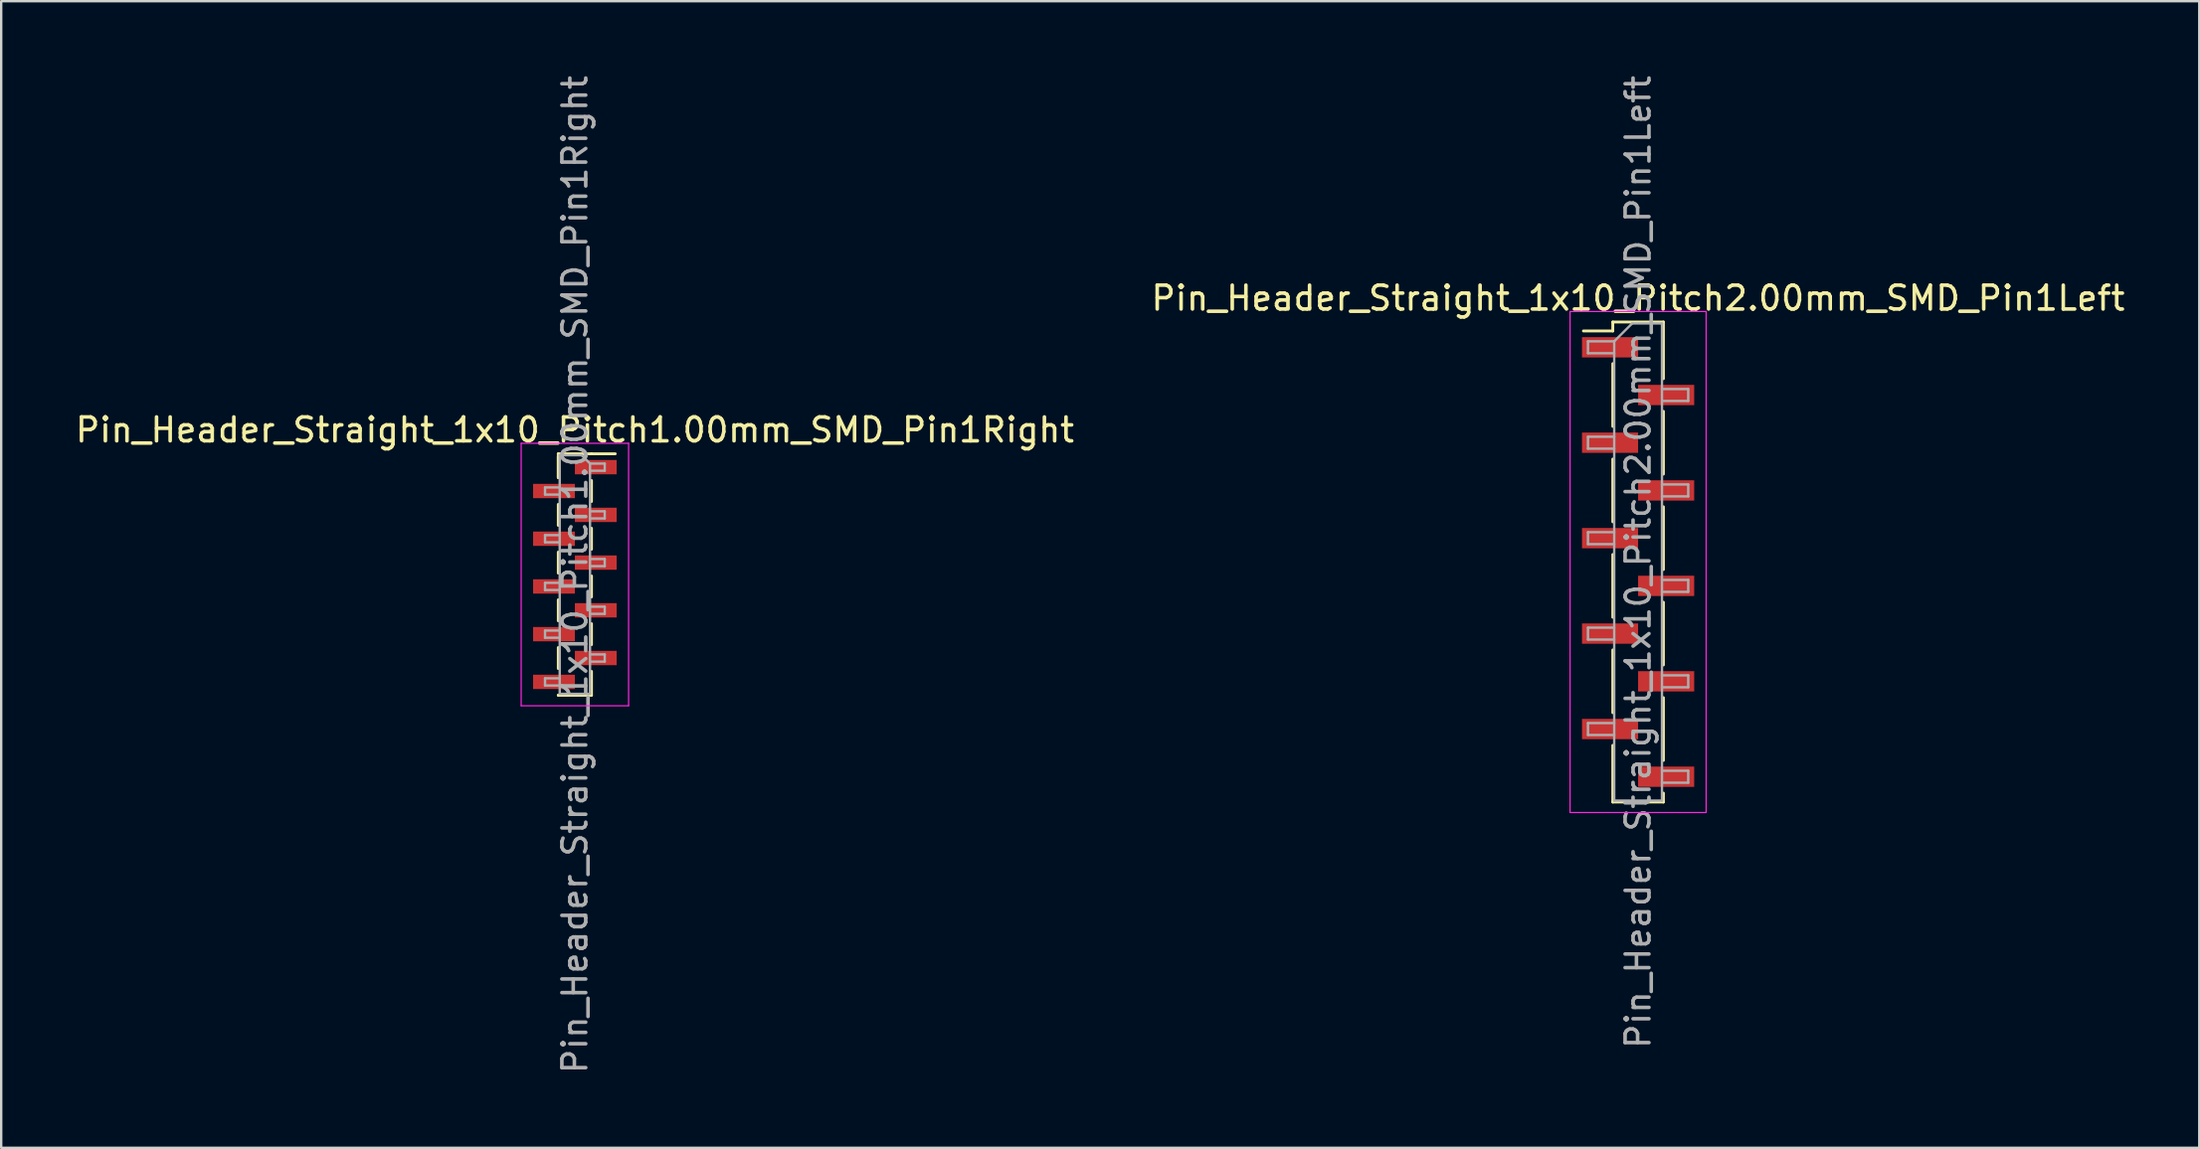
<source format=kicad_pcb>
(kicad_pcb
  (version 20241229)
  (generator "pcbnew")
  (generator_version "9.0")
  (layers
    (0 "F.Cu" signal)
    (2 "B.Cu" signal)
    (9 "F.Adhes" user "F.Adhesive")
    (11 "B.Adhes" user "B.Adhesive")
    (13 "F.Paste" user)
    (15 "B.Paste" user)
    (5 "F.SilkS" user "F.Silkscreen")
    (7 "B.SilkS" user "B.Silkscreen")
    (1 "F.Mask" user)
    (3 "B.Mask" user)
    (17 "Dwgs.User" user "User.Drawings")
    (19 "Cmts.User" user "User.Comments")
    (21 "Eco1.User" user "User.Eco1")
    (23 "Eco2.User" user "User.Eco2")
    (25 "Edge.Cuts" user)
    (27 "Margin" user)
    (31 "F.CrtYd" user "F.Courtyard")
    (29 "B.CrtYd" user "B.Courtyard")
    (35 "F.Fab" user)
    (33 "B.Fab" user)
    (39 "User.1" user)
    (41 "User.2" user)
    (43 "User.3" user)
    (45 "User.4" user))
  (footprint "Pin_Header_Straight_1x10_Pitch2.00mm_SMD_Pin1Left"
    (layer "F.Cu")
    (at 65.565 20.506)
    (property "Reference" "Pin_Header_Straight_1x10_Pitch2.00mm_SMD_Pin1Left" (at 0 -11.06 0) (layer "F.SilkS") (effects (font (size 1 1) (thickness 0.15))))
    (attr smd)
    (fp_line (start -1.06 -10.06) (end -1.06 -9.685) (stroke (width 0.12) (type solid)) (layer "F.SilkS"))
    (fp_line (start -1.06 -10.06) (end 1.06 -10.06) (stroke (width 0.12) (type solid)) (layer "F.SilkS"))
    (fp_line (start -1.06 -9.685) (end -2.29 -9.685) (stroke (width 0.12) (type solid)) (layer "F.SilkS"))
    (fp_line (start -1.06 -8.315) (end -1.06 -5.685) (stroke (width 0.12) (type solid)) (layer "F.SilkS"))
    (fp_line (start -1.06 -4.315) (end -1.06 -1.685) (stroke (width 0.12) (type solid)) (layer "F.SilkS"))
    (fp_line (start -1.06 -0.315) (end -1.06 2.315) (stroke (width 0.12) (type solid)) (layer "F.SilkS"))
    (fp_line (start -1.06 3.685) (end -1.06 6.315) (stroke (width 0.12) (type solid)) (layer "F.SilkS"))
    (fp_line (start -1.06 7.685) (end -1.06 10.06) (stroke (width 0.12) (type solid)) (layer "F.SilkS"))
    (fp_line (start -1.06 10.06) (end 1.06 10.06) (stroke (width 0.12) (type solid)) (layer "F.SilkS"))
    (fp_line (start 1.06 -10.06) (end 1.06 -7.685) (stroke (width 0.12) (type solid)) (layer "F.SilkS"))
    (fp_line (start 1.06 -6.315) (end 1.06 -3.685) (stroke (width 0.12) (type solid)) (layer "F.SilkS"))
    (fp_line (start 1.06 -2.315) (end 1.06 0.315) (stroke (width 0.12) (type solid)) (layer "F.SilkS"))
    (fp_line (start 1.06 1.685) (end 1.06 4.315) (stroke (width 0.12) (type solid)) (layer "F.SilkS"))
    (fp_line (start 1.06 5.685) (end 1.06 8.315) (stroke (width 0.12) (type solid)) (layer "F.SilkS"))
    (fp_line (start 1.06 9.685) (end 1.06 10.06) (stroke (width 0.12) (type solid)) (layer "F.SilkS"))
    (fp_line (start -2.85 -10.5) (end -2.85 10.5) (stroke (width 0.05) (type solid)) (layer "F.CrtYd"))
    (fp_line (start -2.85 10.5) (end 2.85 10.5) (stroke (width 0.05) (type solid)) (layer "F.CrtYd"))
    (fp_line (start 2.85 -10.5) (end -2.85 -10.5) (stroke (width 0.05) (type solid)) (layer "F.CrtYd"))
    (fp_line (start 2.85 10.5) (end 2.85 -10.5) (stroke (width 0.05) (type solid)) (layer "F.CrtYd"))
    (fp_line (start -2.1 -9.25) (end -2.1 -8.75) (stroke (width 0.1) (type solid)) (layer "F.Fab"))
    (fp_line (start -2.1 -8.75) (end -1 -8.75) (stroke (width 0.1) (type solid)) (layer "F.Fab"))
    (fp_line (start -2.1 -5.25) (end -2.1 -4.75) (stroke (width 0.1) (type solid)) (layer "F.Fab"))
    (fp_line (start -2.1 -4.75) (end -1 -4.75) (stroke (width 0.1) (type solid)) (layer "F.Fab"))
    (fp_line (start -2.1 -1.25) (end -2.1 -0.75) (stroke (width 0.1) (type solid)) (layer "F.Fab"))
    (fp_line (start -2.1 -0.75) (end -1 -0.75) (stroke (width 0.1) (type solid)) (layer "F.Fab"))
    (fp_line (start -2.1 2.75) (end -2.1 3.25) (stroke (width 0.1) (type solid)) (layer "F.Fab"))
    (fp_line (start -2.1 3.25) (end -1 3.25) (stroke (width 0.1) (type solid)) (layer "F.Fab"))
    (fp_line (start -2.1 6.75) (end -2.1 7.25) (stroke (width 0.1) (type solid)) (layer "F.Fab"))
    (fp_line (start -2.1 7.25) (end -1 7.25) (stroke (width 0.1) (type solid)) (layer "F.Fab"))
    (fp_line (start -1 -9.25) (end -2.1 -9.25) (stroke (width 0.1) (type solid)) (layer "F.Fab"))
    (fp_line (start -1 -9.25) (end -0.25 -10) (stroke (width 0.1) (type solid)) (layer "F.Fab"))
    (fp_line (start -1 -5.25) (end -2.1 -5.25) (stroke (width 0.1) (type solid)) (layer "F.Fab"))
    (fp_line (start -1 -1.25) (end -2.1 -1.25) (stroke (width 0.1) (type solid)) (layer "F.Fab"))
    (fp_line (start -1 2.75) (end -2.1 2.75) (stroke (width 0.1) (type solid)) (layer "F.Fab"))
    (fp_line (start -1 6.75) (end -2.1 6.75) (stroke (width 0.1) (type solid)) (layer "F.Fab"))
    (fp_line (start -1 10) (end -1 -9.25) (stroke (width 0.1) (type solid)) (layer "F.Fab"))
    (fp_line (start -0.25 -10) (end 1 -10) (stroke (width 0.1) (type solid)) (layer "F.Fab"))
    (fp_line (start 1 -10) (end 1 10) (stroke (width 0.1) (type solid)) (layer "F.Fab"))
    (fp_line (start 1 -7.25) (end 2.1 -7.25) (stroke (width 0.1) (type solid)) (layer "F.Fab"))
    (fp_line (start 1 -3.25) (end 2.1 -3.25) (stroke (width 0.1) (type solid)) (layer "F.Fab"))
    (fp_line (start 1 0.75) (end 2.1 0.75) (stroke (width 0.1) (type solid)) (layer "F.Fab"))
    (fp_line (start 1 4.75) (end 2.1 4.75) (stroke (width 0.1) (type solid)) (layer "F.Fab"))
    (fp_line (start 1 8.75) (end 2.1 8.75) (stroke (width 0.1) (type solid)) (layer "F.Fab"))
    (fp_line (start 1 10) (end -1 10) (stroke (width 0.1) (type solid)) (layer "F.Fab"))
    (fp_line (start 2.1 -7.25) (end 2.1 -6.75) (stroke (width 0.1) (type solid)) (layer "F.Fab"))
    (fp_line (start 2.1 -6.75) (end 1 -6.75) (stroke (width 0.1) (type solid)) (layer "F.Fab"))
    (fp_line (start 2.1 -3.25) (end 2.1 -2.75) (stroke (width 0.1) (type solid)) (layer "F.Fab"))
    (fp_line (start 2.1 -2.75) (end 1 -2.75) (stroke (width 0.1) (type solid)) (layer "F.Fab"))
    (fp_line (start 2.1 0.75) (end 2.1 1.25) (stroke (width 0.1) (type solid)) (layer "F.Fab"))
    (fp_line (start 2.1 1.25) (end 1 1.25) (stroke (width 0.1) (type solid)) (layer "F.Fab"))
    (fp_line (start 2.1 4.75) (end 2.1 5.25) (stroke (width 0.1) (type solid)) (layer "F.Fab"))
    (fp_line (start 2.1 5.25) (end 1 5.25) (stroke (width 0.1) (type solid)) (layer "F.Fab"))
    (fp_line (start 2.1 8.75) (end 2.1 9.25) (stroke (width 0.1) (type solid)) (layer "F.Fab"))
    (fp_line (start 2.1 9.25) (end 1 9.25) (stroke (width 0.1) (type solid)) (layer "F.Fab"))
    (fp_text user "${REFERENCE}" (at 0 0 90) (layer "F.Fab") (effects (font (size 1 1) (thickness 0.15))))
    (pad "1" smd rect (at -1.175 -9) (size 2.35 0.85) (layers "F.Cu" "F.Mask" "F.Paste"))
    (pad "2" smd rect (at 1.175 -7) (size 2.35 0.85) (layers "F.Cu" "F.Mask" "F.Paste"))
    (pad "3" smd rect (at -1.175 -5) (size 2.35 0.85) (layers "F.Cu" "F.Mask" "F.Paste"))
    (pad "4" smd rect (at 1.175 -3) (size 2.35 0.85) (layers "F.Cu" "F.Mask" "F.Paste"))
    (pad "5" smd rect (at -1.175 -1) (size 2.35 0.85) (layers "F.Cu" "F.Mask" "F.Paste"))
    (pad "6" smd rect (at 1.175 1) (size 2.35 0.85) (layers "F.Cu" "F.Mask" "F.Paste"))
    (pad "7" smd rect (at -1.175 3) (size 2.35 0.85) (layers "F.Cu" "F.Mask" "F.Paste"))
    (pad "8" smd rect (at 1.175 5) (size 2.35 0.85) (layers "F.Cu" "F.Mask" "F.Paste"))
    (pad "9" smd rect (at -1.175 7) (size 2.35 0.85) (layers "F.Cu" "F.Mask" "F.Paste"))
    (pad "10" smd rect (at 1.175 9) (size 2.35 0.85) (layers "F.Cu" "F.Mask" "F.Paste")))
  (footprint "Pin_Header_Straight_1x10_Pitch1.00mm_SMD_Pin1Right"
    (layer "F.Cu")
    (at 21.03 21.03)
    (property "Reference" "Pin_Header_Straight_1x10_Pitch1.00mm_SMD_Pin1Right" (at 0 -6.06 0) (layer "F.SilkS") (effects (font (size 1 1) (thickness 0.15))))
    (attr smd)
    (fp_line (start -0.695 -5.06) (end -0.695 -4.06) (stroke (width 0.12) (type solid)) (layer "F.SilkS"))
    (fp_line (start -0.695 -5.06) (end 0.695 -5.06) (stroke (width 0.12) (type solid)) (layer "F.SilkS"))
    (fp_line (start -0.695 -4.94) (end -0.695 -4.06) (stroke (width 0.12) (type solid)) (layer "F.SilkS"))
    (fp_line (start -0.695 -2.94) (end -0.695 -2.06) (stroke (width 0.12) (type solid)) (layer "F.SilkS"))
    (fp_line (start -0.695 -0.94) (end -0.695 -0.06) (stroke (width 0.12) (type solid)) (layer "F.SilkS"))
    (fp_line (start -0.695 1.06) (end -0.695 1.94) (stroke (width 0.12) (type solid)) (layer "F.SilkS"))
    (fp_line (start -0.695 3.06) (end -0.695 3.94) (stroke (width 0.12) (type solid)) (layer "F.SilkS"))
    (fp_line (start -0.695 5.06) (end -0.695 5.06) (stroke (width 0.12) (type solid)) (layer "F.SilkS"))
    (fp_line (start -0.695 5.06) (end 0.695 5.06) (stroke (width 0.12) (type solid)) (layer "F.SilkS"))
    (fp_line (start 0.695 -5.06) (end 0.695 -5.06) (stroke (width 0.12) (type solid)) (layer "F.SilkS"))
    (fp_line (start 0.695 -5.06) (end 1.69 -5.06) (stroke (width 0.12) (type solid)) (layer "F.SilkS"))
    (fp_line (start 0.695 -3.94) (end 0.695 -3.06) (stroke (width 0.12) (type solid)) (layer "F.SilkS"))
    (fp_line (start 0.695 -1.94) (end 0.695 -1.06) (stroke (width 0.12) (type solid)) (layer "F.SilkS"))
    (fp_line (start 0.695 0.06) (end 0.695 0.94) (stroke (width 0.12) (type solid)) (layer "F.SilkS"))
    (fp_line (start 0.695 2.06) (end 0.695 2.94) (stroke (width 0.12) (type solid)) (layer "F.SilkS"))
    (fp_line (start 0.695 4.06) (end 0.695 5.06) (stroke (width 0.12) (type solid)) (layer "F.SilkS"))
    (fp_line (start -2.25 -5.5) (end -2.25 5.5) (stroke (width 0.05) (type solid)) (layer "F.CrtYd"))
    (fp_line (start -2.25 5.5) (end 2.25 5.5) (stroke (width 0.05) (type solid)) (layer "F.CrtYd"))
    (fp_line (start 2.25 -5.5) (end -2.25 -5.5) (stroke (width 0.05) (type solid)) (layer "F.CrtYd"))
    (fp_line (start 2.25 5.5) (end 2.25 -5.5) (stroke (width 0.05) (type solid)) (layer "F.CrtYd"))
    (fp_line (start -1.25 -3.65) (end -1.25 -3.35) (stroke (width 0.1) (type solid)) (layer "F.Fab"))
    (fp_line (start -1.25 -3.35) (end -0.635 -3.35) (stroke (width 0.1) (type solid)) (layer "F.Fab"))
    (fp_line (start -1.25 -1.65) (end -1.25 -1.35) (stroke (width 0.1) (type solid)) (layer "F.Fab"))
    (fp_line (start -1.25 -1.35) (end -0.635 -1.35) (stroke (width 0.1) (type solid)) (layer "F.Fab"))
    (fp_line (start -1.25 0.35) (end -1.25 0.65) (stroke (width 0.1) (type solid)) (layer "F.Fab"))
    (fp_line (start -1.25 0.65) (end -0.635 0.65) (stroke (width 0.1) (type solid)) (layer "F.Fab"))
    (fp_line (start -1.25 2.35) (end -1.25 2.65) (stroke (width 0.1) (type solid)) (layer "F.Fab"))
    (fp_line (start -1.25 2.65) (end -0.635 2.65) (stroke (width 0.1) (type solid)) (layer "F.Fab"))
    (fp_line (start -1.25 4.35) (end -1.25 4.65) (stroke (width 0.1) (type solid)) (layer "F.Fab"))
    (fp_line (start -1.25 4.65) (end -0.635 4.65) (stroke (width 0.1) (type solid)) (layer "F.Fab"))
    (fp_line (start -0.635 -5) (end -0.635 5) (stroke (width 0.1) (type solid)) (layer "F.Fab"))
    (fp_line (start -0.635 -5) (end 0.285 -5) (stroke (width 0.1) (type solid)) (layer "F.Fab"))
    (fp_line (start -0.635 -3.65) (end -1.25 -3.65) (stroke (width 0.1) (type solid)) (layer "F.Fab"))
    (fp_line (start -0.635 -1.65) (end -1.25 -1.65) (stroke (width 0.1) (type solid)) (layer "F.Fab"))
    (fp_line (start -0.635 0.35) (end -1.25 0.35) (stroke (width 0.1) (type solid)) (layer "F.Fab"))
    (fp_line (start -0.635 2.35) (end -1.25 2.35) (stroke (width 0.1) (type solid)) (layer "F.Fab"))
    (fp_line (start -0.635 4.35) (end -1.25 4.35) (stroke (width 0.1) (type solid)) (layer "F.Fab"))
    (fp_line (start 0.635 -4.65) (end 0.285 -5) (stroke (width 0.1) (type solid)) (layer "F.Fab"))
    (fp_line (start 0.635 -4.65) (end 1.25 -4.65) (stroke (width 0.1) (type solid)) (layer "F.Fab"))
    (fp_line (start 0.635 -2.65) (end 1.25 -2.65) (stroke (width 0.1) (type solid)) (layer "F.Fab"))
    (fp_line (start 0.635 -0.65) (end 1.25 -0.65) (stroke (width 0.1) (type solid)) (layer "F.Fab"))
    (fp_line (start 0.635 1.35) (end 1.25 1.35) (stroke (width 0.1) (type solid)) (layer "F.Fab"))
    (fp_line (start 0.635 3.35) (end 1.25 3.35) (stroke (width 0.1) (type solid)) (layer "F.Fab"))
    (fp_line (start 0.635 5) (end -0.635 5) (stroke (width 0.1) (type solid)) (layer "F.Fab"))
    (fp_line (start 0.635 5) (end 0.635 -4.65) (stroke (width 0.1) (type solid)) (layer "F.Fab"))
    (fp_line (start 1.25 -4.65) (end 1.25 -4.35) (stroke (width 0.1) (type solid)) (layer "F.Fab"))
    (fp_line (start 1.25 -4.35) (end 0.635 -4.35) (stroke (width 0.1) (type solid)) (layer "F.Fab"))
    (fp_line (start 1.25 -2.65) (end 1.25 -2.35) (stroke (width 0.1) (type solid)) (layer "F.Fab"))
    (fp_line (start 1.25 -2.35) (end 0.635 -2.35) (stroke (width 0.1) (type solid)) (layer "F.Fab"))
    (fp_line (start 1.25 -0.65) (end 1.25 -0.35) (stroke (width 0.1) (type solid)) (layer "F.Fab"))
    (fp_line (start 1.25 -0.35) (end 0.635 -0.35) (stroke (width 0.1) (type solid)) (layer "F.Fab"))
    (fp_line (start 1.25 1.35) (end 1.25 1.65) (stroke (width 0.1) (type solid)) (layer "F.Fab"))
    (fp_line (start 1.25 1.65) (end 0.635 1.65) (stroke (width 0.1) (type solid)) (layer "F.Fab"))
    (fp_line (start 1.25 3.35) (end 1.25 3.65) (stroke (width 0.1) (type solid)) (layer "F.Fab"))
    (fp_line (start 1.25 3.65) (end 0.635 3.65) (stroke (width 0.1) (type solid)) (layer "F.Fab"))
    (fp_text user "${REFERENCE}" (at 0 0 90) (layer "F.Fab") (effects (font (size 1 1) (thickness 0.15))))
    (pad "1" smd rect (at 0.875 -4.5) (size 1.75 0.6) (layers "F.Cu" "F.Mask" "F.Paste"))
    (pad "2" smd rect (at -0.875 -3.5) (size 1.75 0.6) (layers "F.Cu" "F.Mask" "F.Paste"))
    (pad "3" smd rect (at 0.875 -2.5) (size 1.75 0.6) (layers "F.Cu" "F.Mask" "F.Paste"))
    (pad "4" smd rect (at -0.875 -1.5) (size 1.75 0.6) (layers "F.Cu" "F.Mask" "F.Paste"))
    (pad "5" smd rect (at 0.875 -0.5) (size 1.75 0.6) (layers "F.Cu" "F.Mask" "F.Paste"))
    (pad "6" smd rect (at -0.875 0.5) (size 1.75 0.6) (layers "F.Cu" "F.Mask" "F.Paste"))
    (pad "7" smd rect (at 0.875 1.5) (size 1.75 0.6) (layers "F.Cu" "F.Mask" "F.Paste"))
    (pad "8" smd rect (at -0.875 2.5) (size 1.75 0.6) (layers "F.Cu" "F.Mask" "F.Paste"))
    (pad "9" smd rect (at 0.875 3.5) (size 1.75 0.6) (layers "F.Cu" "F.Mask" "F.Paste"))
    (pad "10" smd rect (at -0.875 4.5) (size 1.75 0.6) (layers "F.Cu" "F.Mask" "F.Paste")))
  (gr_rect
    (start -3 -3)
    (end 89.071 45.06)
    (stroke (width 0.1) (type default))
    (fill no)
    (layer "Edge.Cuts")))
</source>
